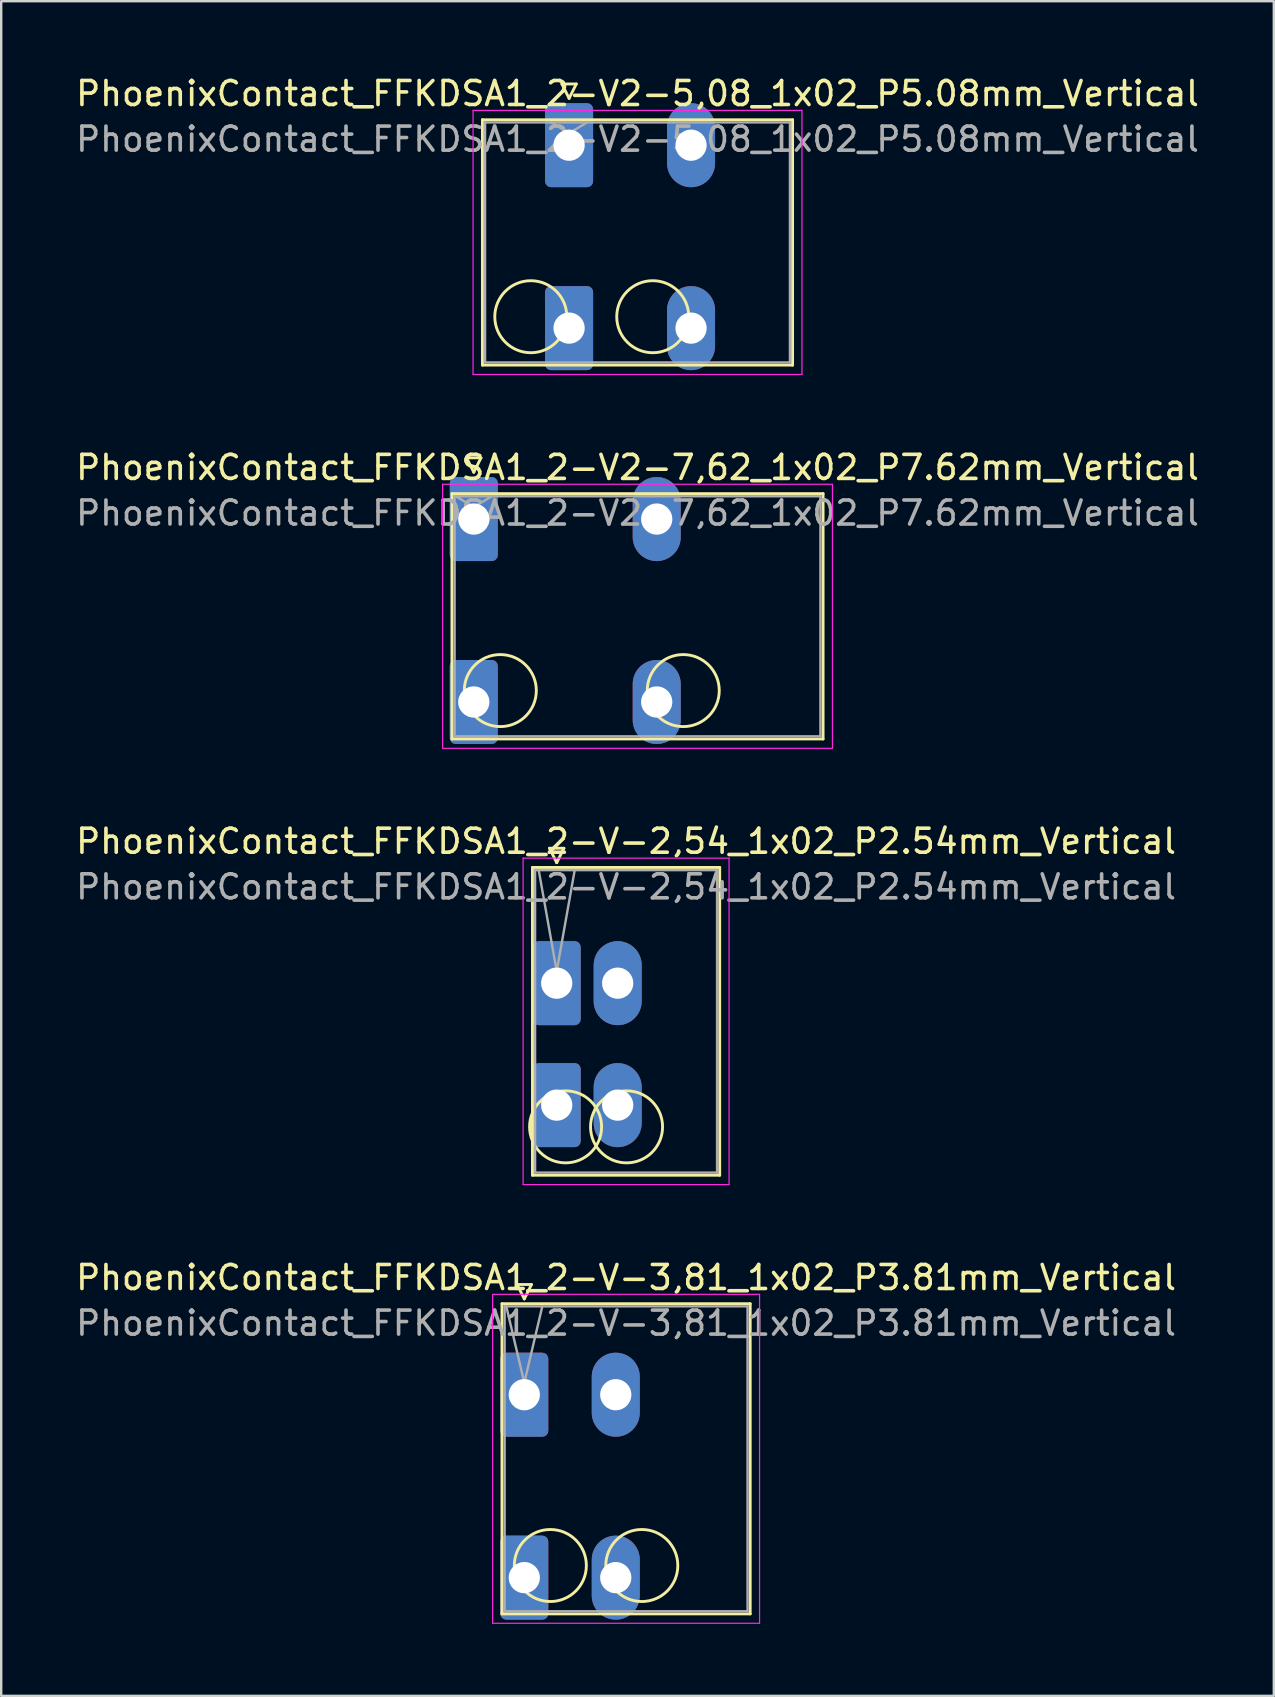
<source format=kicad_pcb>
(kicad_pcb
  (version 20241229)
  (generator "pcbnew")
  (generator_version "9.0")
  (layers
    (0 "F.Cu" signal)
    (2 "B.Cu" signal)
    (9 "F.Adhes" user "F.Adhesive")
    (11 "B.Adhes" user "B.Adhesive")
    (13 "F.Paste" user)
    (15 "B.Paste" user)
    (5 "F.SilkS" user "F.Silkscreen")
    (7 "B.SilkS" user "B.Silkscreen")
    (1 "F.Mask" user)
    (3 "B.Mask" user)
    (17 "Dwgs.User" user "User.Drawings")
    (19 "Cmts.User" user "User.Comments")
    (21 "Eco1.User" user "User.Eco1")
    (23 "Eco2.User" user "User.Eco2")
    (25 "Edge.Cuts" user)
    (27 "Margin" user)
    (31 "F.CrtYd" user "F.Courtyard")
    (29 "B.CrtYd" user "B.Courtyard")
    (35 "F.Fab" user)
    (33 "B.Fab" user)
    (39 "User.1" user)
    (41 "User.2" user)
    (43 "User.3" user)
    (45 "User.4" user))
  (footprint "PhoenixContact_FFKDSA1_2-V2-5,08_1x02_P5.08mm_Vertical"
    (layer "F.Cu")
    (at 20.656 2.998)
    (property "Reference" "PhoenixContact_FFKDSA1_2-V2-5,08_1x02_P5.08mm_Vertical" (at 2.85 -2.15 0) (layer "F.SilkS") (effects (font (size 1 1) (thickness 0.15))))
    (attr through_hole)
    (fp_line (start -3.61 -1.06) (end -3.61 9.16) (stroke (width 0.12) (type solid)) (layer "F.SilkS"))
    (fp_line (start -3.61 9.16) (end 9.31 9.16) (stroke (width 0.12) (type solid)) (layer "F.SilkS"))
    (fp_line (start -0.3 -2.55) (end 0.3 -2.55) (stroke (width 0.12) (type solid)) (layer "F.SilkS"))
    (fp_line (start 0 -1.95) (end -0.3 -2.55) (stroke (width 0.12) (type solid)) (layer "F.SilkS"))
    (fp_line (start 0.3 -2.55) (end 0 -1.95) (stroke (width 0.12) (type solid)) (layer "F.SilkS"))
    (fp_line (start 9.31 -1.06) (end -3.61 -1.06) (stroke (width 0.12) (type solid)) (layer "F.SilkS"))
    (fp_line (start 9.31 9.16) (end 9.31 -1.06) (stroke (width 0.12) (type solid)) (layer "F.SilkS"))
    (fp_circle (center -1.595 7.145) (end -0.095 7.145) (stroke (width 0.12) (type solid)) (fill no) (layer "F.SilkS"))
    (fp_circle (center 3.485 7.145) (end 4.985 7.145) (stroke (width 0.12) (type solid)) (fill no) (layer "F.SilkS"))
    (fp_line (start -4 -1.45) (end -4 9.55) (stroke (width 0.05) (type solid)) (layer "F.CrtYd"))
    (fp_line (start -4 9.55) (end 9.7 9.55) (stroke (width 0.05) (type solid)) (layer "F.CrtYd"))
    (fp_line (start 9.7 -1.45) (end -4 -1.45) (stroke (width 0.05) (type solid)) (layer "F.CrtYd"))
    (fp_line (start 9.7 9.55) (end 9.7 -1.45) (stroke (width 0.05) (type solid)) (layer "F.CrtYd"))
    (fp_line (start -3.5 -0.95) (end -3.5 9.05) (stroke (width 0.1) (type solid)) (layer "F.Fab"))
    (fp_line (start -3.5 9.05) (end 9.2 9.05) (stroke (width 0.1) (type solid)) (layer "F.Fab"))
    (fp_line (start 0 -0.5) (end -0.75 -0.95) (stroke (width 0.1) (type solid)) (layer "F.Fab"))
    (fp_line (start 0.75 -0.95) (end 0 -0.5) (stroke (width 0.1) (type solid)) (layer "F.Fab"))
    (fp_line (start 9.2 -0.95) (end -3.5 -0.95) (stroke (width 0.1) (type solid)) (layer "F.Fab"))
    (fp_line (start 9.2 9.05) (end 9.2 -0.95) (stroke (width 0.1) (type solid)) (layer "F.Fab"))
    (fp_text user "${REFERENCE}" (at 2.85 -0.25 0) (layer "F.Fab") (effects (font (size 1 1) (thickness 0.15))))
    (pad "1" thru_hole roundrect (at 0 0) (size 2 3.5) (drill 1.3) (layers "*.Cu" "*.Mask") (roundrect_rratio 0.125))
    (pad "1" thru_hole roundrect (at 0 7.62) (size 2 3.5) (drill 1.3) (layers "*.Cu" "*.Mask") (roundrect_rratio 0.125))
    (pad "2" thru_hole oval (at 5.08 0) (size 2 3.5) (drill 1.3) (layers "*.Cu" "*.Mask"))
    (pad "2" thru_hole oval (at 5.08 7.62) (size 2 3.5) (drill 1.3) (layers "*.Cu" "*.Mask")))
  (footprint "PhoenixContact_FFKDSA1_2-V2-7,62_1x02_P7.62mm_Vertical"
    (layer "F.Cu")
    (at 16.686 18.572)
    (property "Reference" "PhoenixContact_FFKDSA1_2-V2-7,62_1x02_P7.62mm_Vertical" (at 6.82 -2.15 0) (layer "F.SilkS") (effects (font (size 1 1) (thickness 0.15))))
    (attr through_hole)
    (fp_line (start -0.91 -1.06) (end -0.91 9.16) (stroke (width 0.12) (type solid)) (layer "F.SilkS"))
    (fp_line (start -0.91 9.16) (end 14.55 9.16) (stroke (width 0.12) (type solid)) (layer "F.SilkS"))
    (fp_line (start -0.3 -2.55) (end 0.3 -2.55) (stroke (width 0.12) (type solid)) (layer "F.SilkS"))
    (fp_line (start 0 -1.95) (end -0.3 -2.55) (stroke (width 0.12) (type solid)) (layer "F.SilkS"))
    (fp_line (start 0.3 -2.55) (end 0 -1.95) (stroke (width 0.12) (type solid)) (layer "F.SilkS"))
    (fp_line (start 14.55 -1.06) (end -0.91 -1.06) (stroke (width 0.12) (type solid)) (layer "F.SilkS"))
    (fp_line (start 14.55 9.16) (end 14.55 -1.06) (stroke (width 0.12) (type solid)) (layer "F.SilkS"))
    (fp_circle (center 1.105 7.145) (end 2.605 7.145) (stroke (width 0.12) (type solid)) (fill no) (layer "F.SilkS"))
    (fp_circle (center 8.725 7.145) (end 10.225 7.145) (stroke (width 0.12) (type solid)) (fill no) (layer "F.SilkS"))
    (fp_line (start -1.3 -1.45) (end -1.3 9.55) (stroke (width 0.05) (type solid)) (layer "F.CrtYd"))
    (fp_line (start -1.3 9.55) (end 14.94 9.55) (stroke (width 0.05) (type solid)) (layer "F.CrtYd"))
    (fp_line (start 14.94 -1.45) (end -1.3 -1.45) (stroke (width 0.05) (type solid)) (layer "F.CrtYd"))
    (fp_line (start 14.94 9.55) (end 14.94 -1.45) (stroke (width 0.05) (type solid)) (layer "F.CrtYd"))
    (fp_line (start -0.8 -0.95) (end -0.8 9.05) (stroke (width 0.1) (type solid)) (layer "F.Fab"))
    (fp_line (start -0.8 9.05) (end 14.44 9.05) (stroke (width 0.1) (type solid)) (layer "F.Fab"))
    (fp_line (start 0 -0.5) (end -0.75 -0.95) (stroke (width 0.1) (type solid)) (layer "F.Fab"))
    (fp_line (start 0.75 -0.95) (end 0 -0.5) (stroke (width 0.1) (type solid)) (layer "F.Fab"))
    (fp_line (start 14.44 -0.95) (end -0.8 -0.95) (stroke (width 0.1) (type solid)) (layer "F.Fab"))
    (fp_line (start 14.44 9.05) (end 14.44 -0.95) (stroke (width 0.1) (type solid)) (layer "F.Fab"))
    (fp_text user "${REFERENCE}" (at 6.82 -0.25 0) (layer "F.Fab") (effects (font (size 1 1) (thickness 0.15))))
    (pad "1" thru_hole roundrect (at 0 0) (size 2 3.5) (drill 1.3) (layers "*.Cu" "*.Mask") (roundrect_rratio 0.125))
    (pad "1" thru_hole roundrect (at 0 7.62) (size 2 3.5) (drill 1.3) (layers "*.Cu" "*.Mask") (roundrect_rratio 0.125))
    (pad "2" thru_hole oval (at 7.62 0) (size 2 3.5) (drill 1.3) (layers "*.Cu" "*.Mask"))
    (pad "2" thru_hole oval (at 7.62 7.62) (size 2 3.5) (drill 1.3) (layers "*.Cu" "*.Mask")))
  (footprint "PhoenixContact_FFKDSA1_2-V-3,81_1x02_P3.81mm_Vertical"
    (layer "F.Cu")
    (at 18.79 55.048)
    (property "Reference" "PhoenixContact_FFKDSA1_2-V-3,81_1x02_P3.81mm_Vertical" (at 4.24 -4.88 0) (layer "F.SilkS") (effects (font (size 1 1) (thickness 0.15))))
    (attr through_hole)
    (fp_line (start -0.93 -3.79) (end -0.93 9.13) (stroke (width 0.12) (type solid)) (layer "F.SilkS"))
    (fp_line (start -0.93 9.13) (end 9.41 9.13) (stroke (width 0.12) (type solid)) (layer "F.SilkS"))
    (fp_line (start -0.3 -4.59) (end 0.3 -4.59) (stroke (width 0.12) (type solid)) (layer "F.SilkS"))
    (fp_line (start 0 -3.99) (end -0.3 -4.59) (stroke (width 0.12) (type solid)) (layer "F.SilkS"))
    (fp_line (start 0.3 -4.59) (end 0 -3.99) (stroke (width 0.12) (type solid)) (layer "F.SilkS"))
    (fp_line (start 9.41 -3.79) (end -0.93 -3.79) (stroke (width 0.12) (type solid)) (layer "F.SilkS"))
    (fp_line (start 9.41 9.13) (end 9.41 -3.79) (stroke (width 0.12) (type solid)) (layer "F.SilkS"))
    (fp_circle (center 1.085 7.115) (end 2.585 7.115) (stroke (width 0.12) (type solid)) (fill no) (layer "F.SilkS"))
    (fp_circle (center 4.895 7.115) (end 6.395 7.115) (stroke (width 0.12) (type solid)) (fill no) (layer "F.SilkS"))
    (fp_line (start -1.32 -4.18) (end -1.32 9.52) (stroke (width 0.05) (type solid)) (layer "F.CrtYd"))
    (fp_line (start -1.32 9.52) (end 9.8 9.52) (stroke (width 0.05) (type solid)) (layer "F.CrtYd"))
    (fp_line (start 9.8 -4.18) (end -1.32 -4.18) (stroke (width 0.05) (type solid)) (layer "F.CrtYd"))
    (fp_line (start 9.8 9.52) (end 9.8 -4.18) (stroke (width 0.05) (type solid)) (layer "F.CrtYd"))
    (fp_line (start -0.82 -3.68) (end -0.82 9.02) (stroke (width 0.1) (type solid)) (layer "F.Fab"))
    (fp_line (start -0.82 9.02) (end 9.3 9.02) (stroke (width 0.1) (type solid)) (layer "F.Fab"))
    (fp_line (start 0 -0.5) (end -0.75 -3.68) (stroke (width 0.1) (type solid)) (layer "F.Fab"))
    (fp_line (start 0.75 -3.68) (end 0 -0.5) (stroke (width 0.1) (type solid)) (layer "F.Fab"))
    (fp_line (start 9.3 -3.68) (end -0.82 -3.68) (stroke (width 0.1) (type solid)) (layer "F.Fab"))
    (fp_line (start 9.3 9.02) (end 9.3 -3.68) (stroke (width 0.1) (type solid)) (layer "F.Fab"))
    (fp_text user "${REFERENCE}" (at 4.24 -2.98 0) (layer "F.Fab") (effects (font (size 1 1) (thickness 0.15))))
    (pad "1" thru_hole roundrect (at 0 0) (size 2 3.5) (drill 1.3) (layers "*.Cu" "*.Mask") (roundrect_rratio 0.125))
    (pad "1" thru_hole roundrect (at 0 7.62) (size 2 3.5) (drill 1.3) (layers "*.Cu" "*.Mask") (roundrect_rratio 0.125))
    (pad "2" thru_hole oval (at 3.81 0) (size 2 3.5) (drill 1.3) (layers "*.Cu" "*.Mask"))
    (pad "2" thru_hole oval (at 3.81 7.62) (size 2 3.5) (drill 1.3) (layers "*.Cu" "*.Mask")))
  (footprint "PhoenixContact_FFKDSA1_2-V-2,54_1x02_P2.54mm_Vertical"
    (layer "F.Cu")
    (at 20.14 37.905)
    (property "Reference" "PhoenixContact_FFKDSA1_2-V-2,54_1x02_P2.54mm_Vertical" (at 2.89 -5.91 0) (layer "F.SilkS") (effects (font (size 1 1) (thickness 0.15))))
    (attr through_hole)
    (fp_line (start -1.01 -4.82) (end -1.01 8) (stroke (width 0.12) (type solid)) (layer "F.SilkS"))
    (fp_line (start -1.01 8) (end 6.79 8) (stroke (width 0.12) (type solid)) (layer "F.SilkS"))
    (fp_line (start -0.3 -5.62) (end 0.3 -5.62) (stroke (width 0.12) (type solid)) (layer "F.SilkS"))
    (fp_line (start 0 -5.02) (end -0.3 -5.62) (stroke (width 0.12) (type solid)) (layer "F.SilkS"))
    (fp_line (start 0.3 -5.62) (end 0 -5.02) (stroke (width 0.12) (type solid)) (layer "F.SilkS"))
    (fp_line (start 6.79 -4.82) (end -1.01 -4.82) (stroke (width 0.12) (type solid)) (layer "F.SilkS"))
    (fp_line (start 6.79 8) (end 6.79 -4.82) (stroke (width 0.12) (type solid)) (layer "F.SilkS"))
    (fp_circle (center 0.37 5.985) (end 1.87 5.985) (stroke (width 0.12) (type solid)) (fill no) (layer "F.SilkS"))
    (fp_circle (center 2.91 5.985) (end 4.41 5.985) (stroke (width 0.12) (type solid)) (fill no) (layer "F.SilkS"))
    (fp_line (start -1.4 -5.21) (end -1.4 8.39) (stroke (width 0.05) (type solid)) (layer "F.CrtYd"))
    (fp_line (start -1.4 8.39) (end 7.18 8.39) (stroke (width 0.05) (type solid)) (layer "F.CrtYd"))
    (fp_line (start 7.18 -5.21) (end -1.4 -5.21) (stroke (width 0.05) (type solid)) (layer "F.CrtYd"))
    (fp_line (start 7.18 8.39) (end 7.18 -5.21) (stroke (width 0.05) (type solid)) (layer "F.CrtYd"))
    (fp_line (start -0.9 -4.71) (end -0.9 7.89) (stroke (width 0.1) (type solid)) (layer "F.Fab"))
    (fp_line (start -0.9 7.89) (end 6.68 7.89) (stroke (width 0.1) (type solid)) (layer "F.Fab"))
    (fp_line (start 0 -0.5) (end -0.75 -4.71) (stroke (width 0.1) (type solid)) (layer "F.Fab"))
    (fp_line (start 0.75 -4.71) (end 0 -0.5) (stroke (width 0.1) (type solid)) (layer "F.Fab"))
    (fp_line (start 6.68 -4.71) (end -0.9 -4.71) (stroke (width 0.1) (type solid)) (layer "F.Fab"))
    (fp_line (start 6.68 7.89) (end 6.68 -4.71) (stroke (width 0.1) (type solid)) (layer "F.Fab"))
    (fp_text user "${REFERENCE}" (at 2.89 -4.01 0) (layer "F.Fab") (effects (font (size 1 1) (thickness 0.15))))
    (pad "1" thru_hole roundrect (at 0 0) (size 2 3.5) (drill 1.3) (layers "*.Cu" "*.Mask") (roundrect_rratio 0.125))
    (pad "1" thru_hole roundrect (at 0 5.08) (size 2 3.5) (drill 1.3) (layers "*.Cu" "*.Mask") (roundrect_rratio 0.125))
    (pad "2" thru_hole oval (at 2.54 0) (size 2 3.5) (drill 1.3) (layers "*.Cu" "*.Mask"))
    (pad "2" thru_hole oval (at 2.54 5.08) (size 2 3.5) (drill 1.3) (layers "*.Cu" "*.Mask")))
  (gr_rect
    (start -3 -3)
    (end 50.012 67.593)
    (stroke (width 0.1) (type default))
    (fill no)
    (layer "Edge.Cuts")))
</source>
